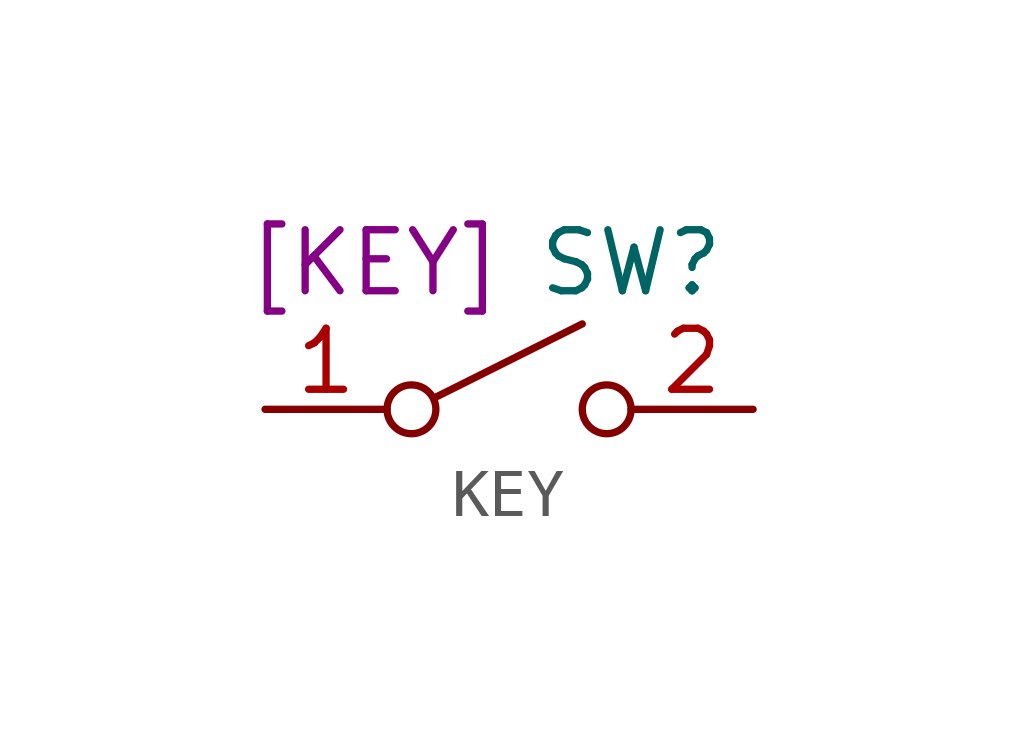
<source format=kicad_sym>
(kicad_symbol_lib
  (version 20241209)
  (generator "kicad_symbol_editor")
  (generator_version "9.0")
  (symbol "KEY"
    (pin_names
      (offset 0)
      (hide yes))
    (property "Reference" "SW"
      (at 2.54 3.048 0)
      (effects (font (size 1.27 1.27))))
    (property "KEY" "[KEY]"
      (at -2.794 3.048 0)
      (effects (font (size 1.27 1.27))))
    (symbol "KEY_0_0"
      (circle (center -2.032 0) (radius 0.508) (stroke (width 0) (type default)) (fill (type none)))
      (polyline (pts (xy -1.524 0.254) (xy 1.524 1.778)) (stroke (width 0) (type default)) (fill (type none)))
      (circle (center 2.032 0) (radius 0.508) (stroke (width 0) (type default)) (fill (type none))))
    (symbol "KEY_1_1"
      (pin passive line (at -5.08 0 0) (length 2.54) (name "A" (effects (font (size 1.27 1.27)))) (number "1" (effects (font (size 1.27 1.27)))))
      (pin passive line (at 5.08 0 180) (length 2.54) (name "B" (effects (font (size 1.27 1.27)))) (number "2" (effects (font (size 1.27 1.27))))))))
</source>
